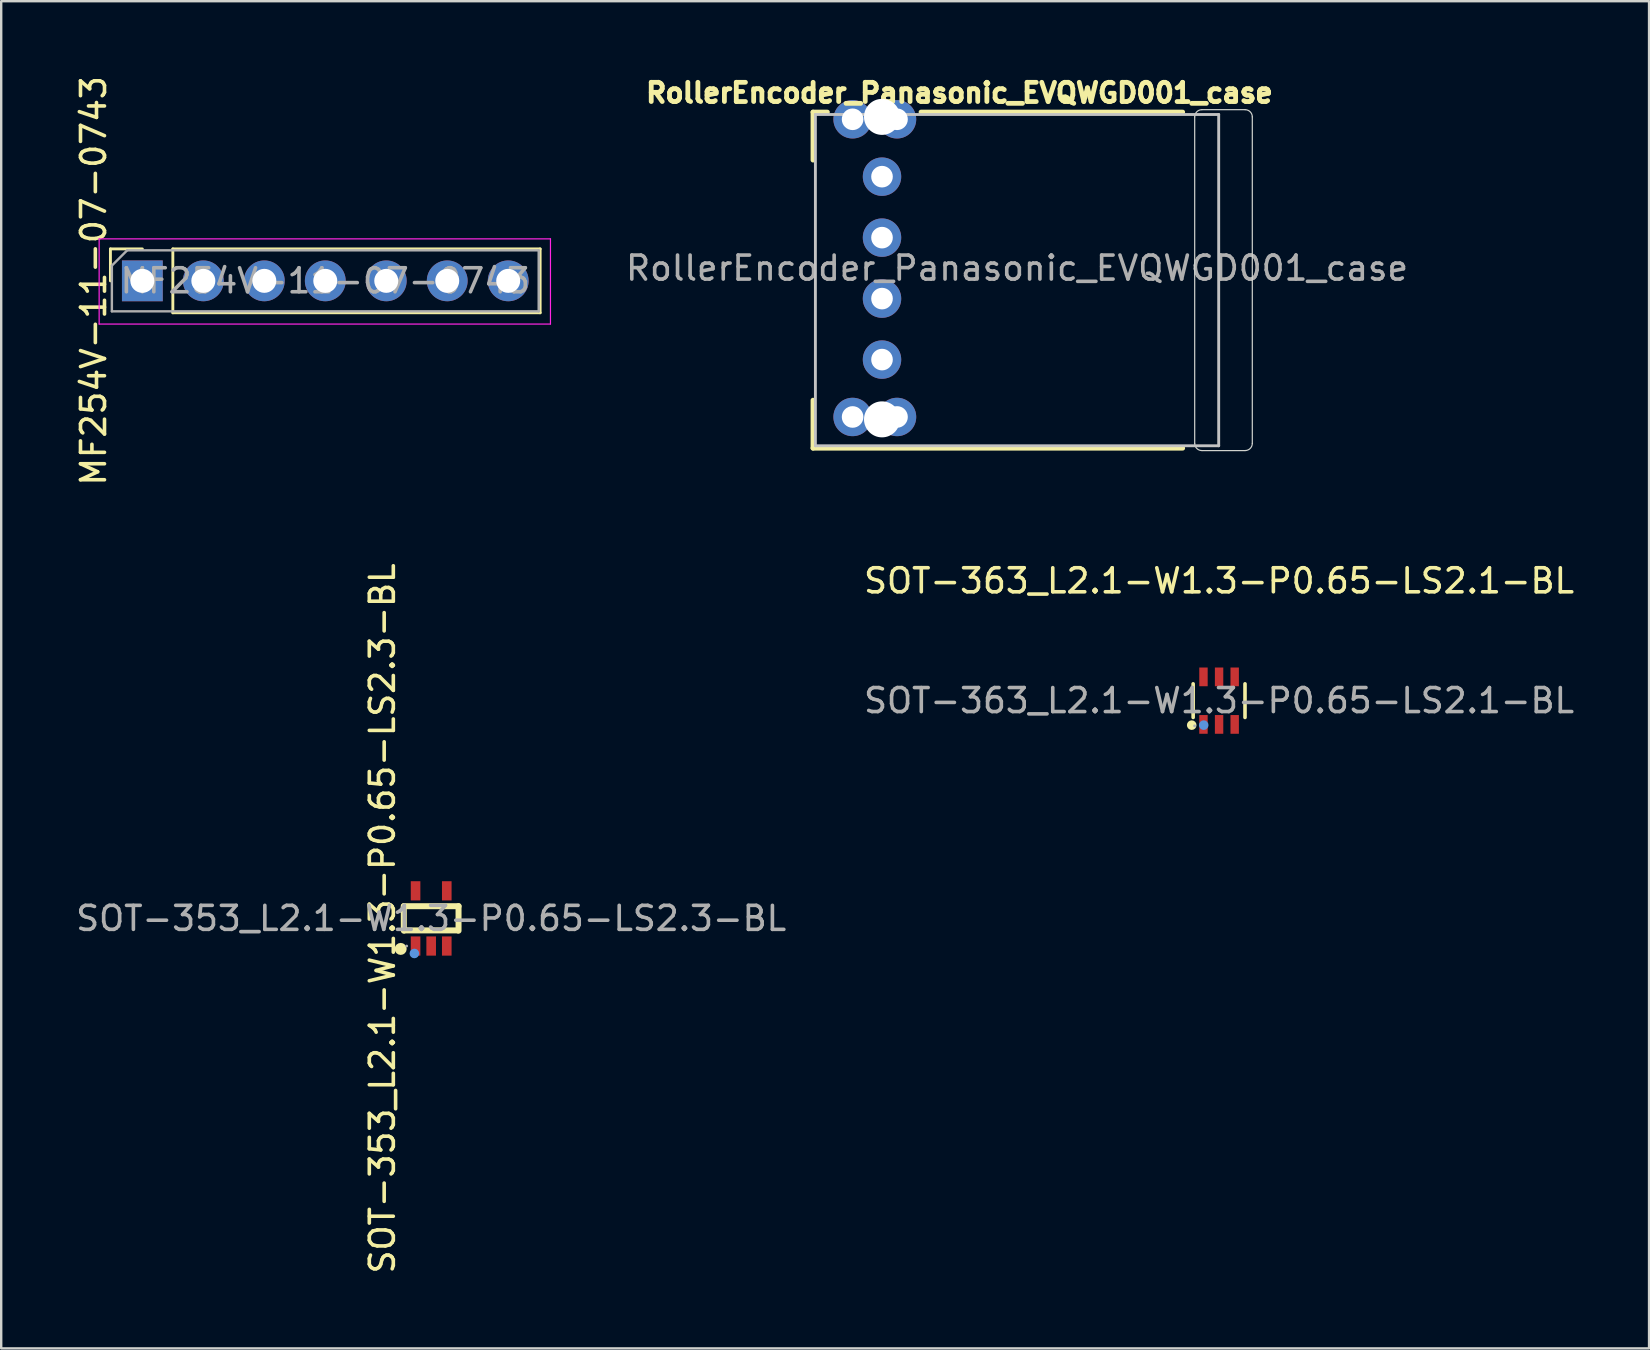
<source format=kicad_pcb>
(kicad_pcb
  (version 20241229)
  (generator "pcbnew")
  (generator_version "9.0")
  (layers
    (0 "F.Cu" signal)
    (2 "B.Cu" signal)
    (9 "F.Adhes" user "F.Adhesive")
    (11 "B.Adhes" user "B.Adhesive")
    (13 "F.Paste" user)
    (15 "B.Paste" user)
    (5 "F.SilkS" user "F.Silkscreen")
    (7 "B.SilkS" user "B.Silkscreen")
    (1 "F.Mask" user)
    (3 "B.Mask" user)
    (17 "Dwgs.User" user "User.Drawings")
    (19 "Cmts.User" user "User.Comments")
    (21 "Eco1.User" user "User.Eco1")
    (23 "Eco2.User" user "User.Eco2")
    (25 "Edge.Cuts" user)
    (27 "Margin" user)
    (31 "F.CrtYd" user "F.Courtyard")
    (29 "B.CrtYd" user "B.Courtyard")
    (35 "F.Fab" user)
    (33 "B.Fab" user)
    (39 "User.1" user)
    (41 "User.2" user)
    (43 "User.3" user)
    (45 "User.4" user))
  (footprint "MF254V-11-07-0743"
    (layer "F.Cu")
    (at 10.5 8.649)
    (property "Reference" "MF254V-11-07-0743" (at -9.652 0 90) (layer "F.SilkS") (effects (font (size 1 1) (thickness 0.15))))
    (attr through_hole allow_missing_courtyard)
    (fp_line (start -8.95 -1.33) (end -7.62 -1.33) (stroke (width 0.12) (type solid)) (layer "F.SilkS"))
    (fp_line (start -8.95 0) (end -8.95 -1.33) (stroke (width 0.12) (type solid)) (layer "F.SilkS"))
    (fp_line (start -6.35 -1.33) (end 8.95 -1.33) (stroke (width 0.12) (type solid)) (layer "F.SilkS"))
    (fp_line (start -6.35 1.33) (end -6.35 -1.33) (stroke (width 0.12) (type solid)) (layer "F.SilkS"))
    (fp_line (start -6.35 1.33) (end 8.95 1.33) (stroke (width 0.12) (type solid)) (layer "F.SilkS"))
    (fp_line (start 8.95 1.33) (end 8.95 -1.33) (stroke (width 0.12) (type solid)) (layer "F.SilkS"))
    (fp_line (start -9.42 -1.75) (end 9.38 -1.75) (stroke (width 0.05) (type solid)) (layer "F.CrtYd"))
    (fp_line (start -9.42 1.8) (end -9.42 -1.75) (stroke (width 0.05) (type solid)) (layer "F.CrtYd"))
    (fp_line (start 9.38 -1.75) (end 9.38 1.8) (stroke (width 0.05) (type solid)) (layer "F.CrtYd"))
    (fp_line (start 9.38 1.8) (end -9.42 1.8) (stroke (width 0.05) (type solid)) (layer "F.CrtYd"))
    (fp_line (start -8.89 -0.635) (end -8.255 -1.27) (stroke (width 0.1) (type solid)) (layer "F.Fab"))
    (fp_line (start -8.89 1.27) (end -8.89 -0.635) (stroke (width 0.1) (type solid)) (layer "F.Fab"))
    (fp_line (start -8.255 -1.27) (end 8.89 -1.27) (stroke (width 0.1) (type solid)) (layer "F.Fab"))
    (fp_line (start 8.89 -1.27) (end 8.89 1.27) (stroke (width 0.1) (type solid)) (layer "F.Fab"))
    (fp_line (start 8.89 1.27) (end -8.89 1.27) (stroke (width 0.1) (type solid)) (layer "F.Fab"))
    (fp_text user "${REFERENCE}" (at 0 0 180) (layer "F.Fab") (effects (font (size 1 1) (thickness 0.15))))
    (pad "1" thru_hole rect (at -7.62 0 90) (size 1.7 1.7) (drill 1) (layers "*.Cu" "*.Mask"))
    (pad "2" thru_hole oval (at -5.08 0 90) (size 1.7 1.7) (drill 1) (layers "*.Cu" "*.Mask"))
    (pad "3" thru_hole oval (at -2.54 0 90) (size 1.7 1.7) (drill 1) (layers "*.Cu" "*.Mask"))
    (pad "4" thru_hole oval (at 0 0 90) (size 1.7 1.7) (drill 1) (layers "*.Cu" "*.Mask"))
    (pad "5" thru_hole oval (at 2.54 0 90) (size 1.7 1.7) (drill 1) (layers "*.Cu" "*.Mask"))
    (pad "6" thru_hole oval (at 5.08 0 90) (size 1.7 1.7) (drill 1) (layers "*.Cu" "*.Mask"))
    (pad "7" thru_hole oval (at 7.62 0 90) (size 1.7 1.7) (drill 1) (layers "*.Cu" "*.Mask")))
  (footprint "SOT-353_L2.1-W1.3-P0.65-LS2.3-BL"
    (layer "F.Cu")
    (at 14.911 35.208)
    (property "Reference" "SOT-353_L2.1-W1.3-P0.65-LS2.3-BL" (at -2.032 0 90) (layer "F.SilkS") (effects (font (size 1 1) (thickness 0.15))))
    (attr smd)
    (fp_line (start -1.14 -0.51) (end -1.14 0.51) (stroke (width 0.25) (type solid)) (layer "F.SilkS"))
    (fp_line (start -1.1 0.5) (end 1.1 0.5) (stroke (width 0.25) (type solid)) (layer "F.SilkS"))
    (fp_line (start 1.14 -0.51) (end -1.14 -0.51) (stroke (width 0.25) (type solid)) (layer "F.SilkS"))
    (fp_line (start 1.14 0.51) (end 1.14 -0.51) (stroke (width 0.25) (type solid)) (layer "F.SilkS"))
    (fp_arc (start -1.27 1.27) (mid -1.27 1.27) (end -1.27 1.27) (stroke (width 0.25) (type solid)) (layer "F.SilkS"))
    (fp_circle (center -0.7 1.46) (end -0.6 1.46) (stroke (width 0.2) (type solid)) (fill no) (layer "Cmts.User"))
    (fp_circle (center -1.02 1.15) (end -0.99 1.15) (stroke (width 0.06) (type solid)) (fill no) (layer "F.Fab"))
    (fp_text user "${REFERENCE}" (at 0 0 0) (layer "F.Fab") (effects (font (size 1 1) (thickness 0.15))))
    (pad "1" smd rect (at -0.65 1.15) (size 0.4 0.8) (layers "F.Cu" "F.Mask" "F.Paste"))
    (pad "2" smd rect (at 0 1.15) (size 0.4 0.8) (layers "F.Cu" "F.Mask" "F.Paste"))
    (pad "3" smd rect (at 0.65 1.15) (size 0.4 0.8) (layers "F.Cu" "F.Mask" "F.Paste"))
    (pad "4" smd rect (at 0.65 -1.15) (size 0.4 0.8) (layers "F.Cu" "F.Mask" "F.Paste"))
    (pad "5" smd rect (at -0.65 -1.15) (size 0.4 0.8) (layers "F.Cu" "F.Mask" "F.Paste")))
  (footprint "SOT-363_L2.1-W1.3-P0.65-LS2.1-BL"
    (layer "F.Cu")
    (at 47.732 26.136)
    (property "Reference" "SOT-363_L2.1-W1.3-P0.65-LS2.1-BL" (at 0 -4.99 0) (layer "F.SilkS") (effects (font (size 1 1) (thickness 0.15))))
    (attr through_hole)
    (fp_line (start -1.08 0.7) (end -1.08 -0.7) (stroke (width 0.15) (type solid)) (layer "F.SilkS"))
    (fp_line (start 1.08 0.7) (end 1.08 -0.7) (stroke (width 0.15) (type solid)) (layer "F.SilkS"))
    (fp_circle (center -1.14 1.02) (end -1.04 1.02) (stroke (width 0.2) (type solid)) (fill no) (layer "F.SilkS"))
    (fp_circle (center -0.64 1.02) (end -0.54 1.02) (stroke (width 0.2) (type solid)) (fill no) (layer "Cmts.User"))
    (fp_circle (center -1.02 1.05) (end -0.99 1.05) (stroke (width 0.06) (type solid)) (fill no) (layer "F.Fab"))
    (fp_text user "${REFERENCE}" (at 0 0 0) (layer "F.Fab") (effects (font (size 1 1) (thickness 0.15))))
    (pad "1" smd rect (at -0.65 0.99) (size 0.35 0.78) (layers "F.Cu" "F.Mask" "F.Paste"))
    (pad "2" smd rect (at 0 0.99) (size 0.35 0.78) (layers "F.Cu" "F.Mask" "F.Paste"))
    (pad "4" smd rect (at 0.65 -0.99) (size 0.35 0.78) (layers "F.Cu" "F.Mask" "F.Paste"))
    (pad "5" smd rect (at 0 -0.99) (size 0.35 0.78) (layers "F.Cu" "F.Mask" "F.Paste"))
    (pad "6" smd rect (at -0.65 -0.99) (size 0.35 0.78) (layers "F.Cu" "F.Mask" "F.Paste"))
    (pad "6" smd rect (at 0.65 0.99) (size 0.35 0.78) (layers "F.Cu" "F.Mask" "F.Paste")))
  (footprint "RollerEncoder_Panasonic_EVQWGD001_case"
    (layer "F.Cu")
    (at 39.316 8.119)
    (property "Reference" "RollerEncoder_Panasonic_EVQWGD001_case" (at 0 0 0) (layer "F.Fab") (effects (font (size 1 1) (thickness 0.15))))
    (attr through_hole)
    (fp_line (start -8.5 -6.5) (end -8.5 -4.5) (stroke (width 0.2) (type solid)) (layer "F.SilkS"))
    (fp_line (start -8.5 5.5) (end -8.5 7.5) (stroke (width 0.2) (type solid)) (layer "F.SilkS"))
    (fp_line (start -8.5 7.5) (end 6.9 7.5) (stroke (width 0.2) (type solid)) (layer "F.SilkS"))
    (fp_line (start -7.9 -6.5) (end -8.5 -6.5) (stroke (width 0.2) (type solid)) (layer "F.SilkS"))
    (fp_line (start 6.9 -6.5) (end -4 -6.5) (stroke (width 0.2) (type solid)) (layer "F.SilkS"))
    (fp_line (start -8.4 -6.4) (end 8.4 -6.4) (stroke (width 0.12) (type solid)) (layer "Dwgs.User"))
    (fp_line (start -8.4 7.4) (end -8.4 -6.4) (stroke (width 0.12) (type solid)) (layer "Dwgs.User"))
    (fp_line (start 8.4 -6.4) (end 8.4 7.4) (stroke (width 0.12) (type solid)) (layer "Dwgs.User"))
    (fp_line (start 8.4 7.4) (end -8.4 7.4) (stroke (width 0.12) (type solid)) (layer "Dwgs.User"))
    (fp_line (start 7.4 -6.3) (end 7.4 7.3) (stroke (width 0.05) (type solid)) (layer "Edge.Cuts"))
    (fp_line (start 7.7 7.6) (end 9.5 7.6) (stroke (width 0.05) (type solid)) (layer "Edge.Cuts"))
    (fp_line (start 9.5 -6.6) (end 7.7 -6.6) (stroke (width 0.05) (type solid)) (layer "Edge.Cuts"))
    (fp_line (start 9.8 7.3) (end 9.8 -6.3) (stroke (width 0.05) (type solid)) (layer "Edge.Cuts"))
    (fp_arc (start 7.4 -6.3) (mid 7.487868 -6.512132) (end 7.7 -6.6) (stroke (width 0.05) (type solid)) (layer "Edge.Cuts"))
    (fp_arc (start 7.7 7.6) (mid 7.487868 7.512132) (end 7.4 7.3) (stroke (width 0.05) (type solid)) (layer "Edge.Cuts"))
    (fp_arc (start 9.5 -6.6) (mid 9.712132 -6.512132) (end 9.8 -6.3) (stroke (width 0.05) (type solid)) (layer "Edge.Cuts"))
    (fp_arc (start 9.8 7.3) (mid 9.712132 7.512132) (end 9.5 7.6) (stroke (width 0.05) (type solid)) (layer "Edge.Cuts"))
    (fp_text user "${REFERENCE}" (at -2.4 -7.3 0) (layer "F.SilkS") (effects (font (size 0.8 0.8) (thickness 0.2))))
    (pad "" np_thru_hole circle (at -5.625 -6.3) (size 1.5 1.5) (drill 1.5) (layers "*.Cu" "*.Mask"))
    (pad "" np_thru_hole circle (at -5.625 6.3) (size 1.5 1.5) (drill 1.5) (layers "*.Cu" "*.Mask"))
    (pad "A" thru_hole circle (at -5.625 -3.81) (size 1.6 1.6) (drill 0.9) (layers "*.Cu" "*.Mask"))
    (pad "B" thru_hole circle (at -5.625 -1.27) (size 1.6 1.6) (drill 0.9) (layers "*.Cu" "*.Mask"))
    (pad "C" thru_hole circle (at -5.625 1.27) (size 1.6 1.6) (drill 0.9) (layers "*.Cu" "*.Mask"))
    (pad "D" thru_hole circle (at -5.625 3.81) (size 1.6 1.6) (drill 0.9) (layers "*.Cu" "*.Mask"))
    (pad "S1" thru_hole circle (at -6.85 -6.2) (size 1.6 1.6) (drill 0.9) (layers "*.Cu" "*.Mask"))
    (pad "S1" thru_hole circle (at -6.85 6.2) (size 1.6 1.6) (drill 0.9) (layers "*.Cu" "*.Mask"))
    (pad "S2" thru_hole circle (at -5 -6.2) (size 1.6 1.6) (drill 0.9) (layers "*.Cu" "*.Mask"))
    (pad "S2" thru_hole circle (at -5 6.2) (size 1.6 1.6) (drill 0.9) (layers "*.Cu" "*.Mask")))
  (gr_rect
    (start -3 -3)
    (end 65.643 53.119)
    (stroke (width 0.1) (type default))
    (fill no)
    (layer "Edge.Cuts")))
</source>
